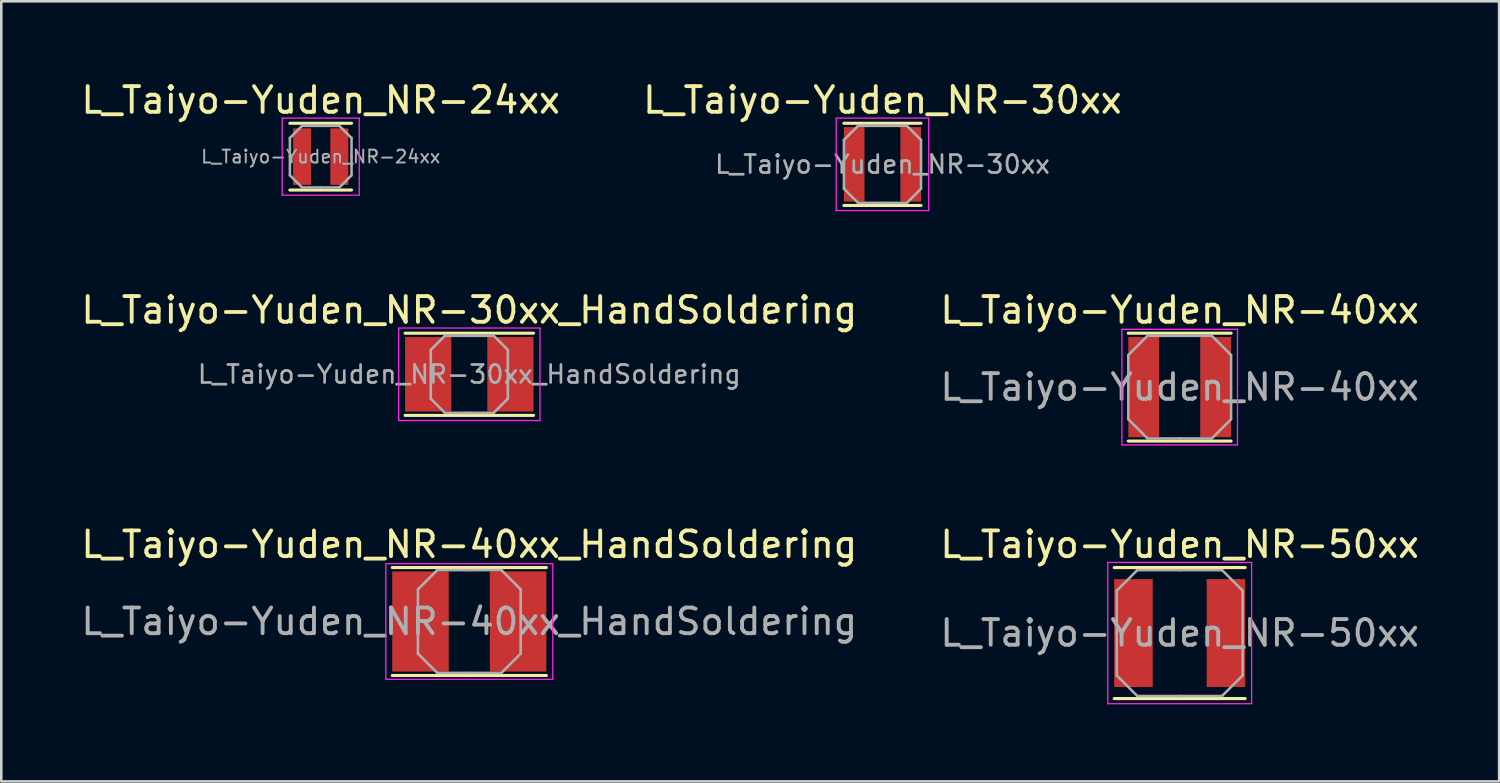
<source format=kicad_pcb>
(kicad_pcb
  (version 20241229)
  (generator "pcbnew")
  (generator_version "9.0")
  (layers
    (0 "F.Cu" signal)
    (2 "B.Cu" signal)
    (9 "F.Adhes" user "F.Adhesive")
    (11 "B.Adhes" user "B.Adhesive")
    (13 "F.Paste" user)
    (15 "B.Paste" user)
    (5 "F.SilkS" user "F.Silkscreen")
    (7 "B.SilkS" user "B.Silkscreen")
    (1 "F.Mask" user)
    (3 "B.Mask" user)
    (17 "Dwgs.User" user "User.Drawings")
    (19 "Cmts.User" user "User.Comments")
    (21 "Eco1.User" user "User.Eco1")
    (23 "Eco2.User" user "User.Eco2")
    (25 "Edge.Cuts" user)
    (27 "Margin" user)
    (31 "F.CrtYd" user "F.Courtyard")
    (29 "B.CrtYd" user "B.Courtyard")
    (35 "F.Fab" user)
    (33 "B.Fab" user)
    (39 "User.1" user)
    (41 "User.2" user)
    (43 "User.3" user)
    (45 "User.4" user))
  (footprint "L_Taiyo-Yuden_NR-50xx"
    (layer "F.Cu")
    (at 42.875 21.595)
    (property "Reference" "L_Taiyo-Yuden_NR-50xx" (at 0 -3.45 0) (layer "F.SilkS") (effects (font (size 1 1) (thickness 0.15))))
    (attr smd)
    (fp_line (start -2.55 -2.55) (end 2.55 -2.55) (stroke (width 0.12) (type solid)) (layer "F.SilkS"))
    (fp_line (start -2.55 2.55) (end 2.55 2.55) (stroke (width 0.12) (type solid)) (layer "F.SilkS"))
    (fp_line (start -2.8 -2.75) (end -2.8 2.75) (stroke (width 0.05) (type solid)) (layer "F.CrtYd"))
    (fp_line (start -2.8 2.75) (end 2.8 2.75) (stroke (width 0.05) (type solid)) (layer "F.CrtYd"))
    (fp_line (start 2.8 -2.75) (end -2.8 -2.75) (stroke (width 0.05) (type solid)) (layer "F.CrtYd"))
    (fp_line (start 2.8 2.75) (end 2.8 -2.75) (stroke (width 0.05) (type solid)) (layer "F.CrtYd"))
    (fp_line (start -2.45 -1.65) (end -1.65 -2.45) (stroke (width 0.1) (type solid)) (layer "F.Fab"))
    (fp_line (start -2.45 0) (end -2.45 -1.65) (stroke (width 0.1) (type solid)) (layer "F.Fab"))
    (fp_line (start -2.45 0) (end -2.45 1.65) (stroke (width 0.1) (type solid)) (layer "F.Fab"))
    (fp_line (start -2.45 1.65) (end -1.65 2.45) (stroke (width 0.1) (type solid)) (layer "F.Fab"))
    (fp_line (start -1.65 -2.45) (end 0 -2.45) (stroke (width 0.1) (type solid)) (layer "F.Fab"))
    (fp_line (start -1.65 2.45) (end 0 2.45) (stroke (width 0.1) (type solid)) (layer "F.Fab"))
    (fp_line (start 1.65 -2.45) (end 0 -2.45) (stroke (width 0.1) (type solid)) (layer "F.Fab"))
    (fp_line (start 1.65 2.45) (end 0 2.45) (stroke (width 0.1) (type solid)) (layer "F.Fab"))
    (fp_line (start 2.45 -1.65) (end 1.65 -2.45) (stroke (width 0.1) (type solid)) (layer "F.Fab"))
    (fp_line (start 2.45 0) (end 2.45 -1.65) (stroke (width 0.1) (type solid)) (layer "F.Fab"))
    (fp_line (start 2.45 0) (end 2.45 1.65) (stroke (width 0.1) (type solid)) (layer "F.Fab"))
    (fp_line (start 2.45 1.65) (end 1.65 2.45) (stroke (width 0.1) (type solid)) (layer "F.Fab"))
    (fp_text user "${REFERENCE}" (at 0 0 0) (layer "F.Fab") (effects (font (size 1 1) (thickness 0.15))))
    (pad "1" smd rect (at -1.8 0) (size 1.5 4.2) (layers "F.Cu" "F.Mask" "F.Paste"))
    (pad "2" smd rect (at 1.8 0) (size 1.5 4.2) (layers "F.Cu" "F.Mask" "F.Paste")))
  (footprint "L_Taiyo-Yuden_NR-24xx"
    (layer "F.Cu")
    (at 9.435 3.048)
    (property "Reference" "L_Taiyo-Yuden_NR-24xx" (at 0 -2.2 0) (layer "F.SilkS") (effects (font (size 1 1) (thickness 0.15))))
    (attr smd)
    (fp_line (start -1.2 -1.3) (end 1.2 -1.3) (stroke (width 0.12) (type solid)) (layer "F.SilkS"))
    (fp_line (start -1.2 1.3) (end 1.2 1.3) (stroke (width 0.12) (type solid)) (layer "F.SilkS"))
    (fp_line (start -1.5 -1.5) (end -1.5 1.5) (stroke (width 0.05) (type solid)) (layer "F.CrtYd"))
    (fp_line (start -1.5 1.5) (end 1.5 1.5) (stroke (width 0.05) (type solid)) (layer "F.CrtYd"))
    (fp_line (start 1.5 -1.5) (end -1.5 -1.5) (stroke (width 0.05) (type solid)) (layer "F.CrtYd"))
    (fp_line (start 1.5 1.5) (end 1.5 -1.5) (stroke (width 0.05) (type solid)) (layer "F.CrtYd"))
    (fp_line (start -1.2 -0.725) (end -0.725 -1.2) (stroke (width 0.1) (type solid)) (layer "F.Fab"))
    (fp_line (start -1.2 0) (end -1.2 -0.725) (stroke (width 0.1) (type solid)) (layer "F.Fab"))
    (fp_line (start -1.2 0) (end -1.2 0.725) (stroke (width 0.1) (type solid)) (layer "F.Fab"))
    (fp_line (start -1.2 0.725) (end -0.725 1.2) (stroke (width 0.1) (type solid)) (layer "F.Fab"))
    (fp_line (start -0.725 -1.2) (end 0 -1.2) (stroke (width 0.1) (type solid)) (layer "F.Fab"))
    (fp_line (start -0.725 1.2) (end 0 1.2) (stroke (width 0.1) (type solid)) (layer "F.Fab"))
    (fp_line (start 0.725 -1.2) (end 0 -1.2) (stroke (width 0.1) (type solid)) (layer "F.Fab"))
    (fp_line (start 0.725 1.2) (end 0 1.2) (stroke (width 0.1) (type solid)) (layer "F.Fab"))
    (fp_line (start 1.2 -0.725) (end 0.725 -1.2) (stroke (width 0.1) (type solid)) (layer "F.Fab"))
    (fp_line (start 1.2 0) (end 1.2 -0.725) (stroke (width 0.1) (type solid)) (layer "F.Fab"))
    (fp_line (start 1.2 0) (end 1.2 0.725) (stroke (width 0.1) (type solid)) (layer "F.Fab"))
    (fp_line (start 1.2 0.725) (end 0.725 1.2) (stroke (width 0.1) (type solid)) (layer "F.Fab"))
    (fp_text user "${REFERENCE}" (at 0 0 0) (layer "F.Fab") (effects (font (size 0.5 0.5) (thickness 0.075))))
    (pad "1" smd rect (at -0.725 0) (size 0.7 2.2) (layers "F.Cu" "F.Mask" "F.Paste"))
    (pad "2" smd rect (at 0.725 0) (size 0.7 2.2) (layers "F.Cu" "F.Mask" "F.Paste")))
  (footprint "L_Taiyo-Yuden_NR-30xx_HandSoldering"
    (layer "F.Cu")
    (at 15.22 11.521)
    (property "Reference" "L_Taiyo-Yuden_NR-30xx_HandSoldering" (at 0 -2.5 0) (layer "F.SilkS") (effects (font (size 1 1) (thickness 0.15))))
    (attr smd)
    (fp_line (start -2.5 -1.6) (end 2.5 -1.6) (stroke (width 0.12) (type solid)) (layer "F.SilkS"))
    (fp_line (start -2.5 1.6) (end 2.5 1.6) (stroke (width 0.12) (type solid)) (layer "F.SilkS"))
    (fp_line (start -2.75 -1.8) (end -2.75 1.8) (stroke (width 0.05) (type solid)) (layer "F.CrtYd"))
    (fp_line (start -2.75 1.8) (end 2.75 1.8) (stroke (width 0.05) (type solid)) (layer "F.CrtYd"))
    (fp_line (start 2.75 -1.8) (end -2.75 -1.8) (stroke (width 0.05) (type solid)) (layer "F.CrtYd"))
    (fp_line (start 2.75 1.8) (end 2.75 -1.8) (stroke (width 0.05) (type solid)) (layer "F.CrtYd"))
    (fp_line (start -1.5 -0.95) (end -0.95 -1.5) (stroke (width 0.1) (type solid)) (layer "F.Fab"))
    (fp_line (start -1.5 0) (end -1.5 -0.95) (stroke (width 0.1) (type solid)) (layer "F.Fab"))
    (fp_line (start -1.5 0) (end -1.5 0.95) (stroke (width 0.1) (type solid)) (layer "F.Fab"))
    (fp_line (start -1.5 0.95) (end -0.95 1.5) (stroke (width 0.1) (type solid)) (layer "F.Fab"))
    (fp_line (start -0.95 -1.5) (end 0 -1.5) (stroke (width 0.1) (type solid)) (layer "F.Fab"))
    (fp_line (start -0.95 1.5) (end 0 1.5) (stroke (width 0.1) (type solid)) (layer "F.Fab"))
    (fp_line (start 0.95 -1.5) (end 0 -1.5) (stroke (width 0.1) (type solid)) (layer "F.Fab"))
    (fp_line (start 0.95 1.5) (end 0 1.5) (stroke (width 0.1) (type solid)) (layer "F.Fab"))
    (fp_line (start 1.5 -0.95) (end 0.95 -1.5) (stroke (width 0.1) (type solid)) (layer "F.Fab"))
    (fp_line (start 1.5 0) (end 1.5 -0.95) (stroke (width 0.1) (type solid)) (layer "F.Fab"))
    (fp_line (start 1.5 0) (end 1.5 0.95) (stroke (width 0.1) (type solid)) (layer "F.Fab"))
    (fp_line (start 1.5 0.95) (end 0.95 1.5) (stroke (width 0.1) (type solid)) (layer "F.Fab"))
    (fp_text user "${REFERENCE}" (at 0 0 0) (layer "F.Fab") (effects (font (size 0.7 0.7) (thickness 0.105))))
    (pad "1" smd rect (at -1.6 0) (size 1.8 2.9) (layers "F.Cu" "F.Mask" "F.Paste"))
    (pad "2" smd rect (at 1.6 0) (size 1.8 2.9) (layers "F.Cu" "F.Mask" "F.Paste")))
  (footprint "L_Taiyo-Yuden_NR-40xx_HandSoldering"
    (layer "F.Cu")
    (at 15.22 21.145)
    (property "Reference" "L_Taiyo-Yuden_NR-40xx_HandSoldering" (at 0 -3 0) (layer "F.SilkS") (effects (font (size 1 1) (thickness 0.15))))
    (attr smd)
    (fp_line (start -3 -2.1) (end 3 -2.1) (stroke (width 0.12) (type solid)) (layer "F.SilkS"))
    (fp_line (start -3 2.1) (end 3 2.1) (stroke (width 0.12) (type solid)) (layer "F.SilkS"))
    (fp_line (start -3.25 -2.25) (end -3.25 2.25) (stroke (width 0.05) (type solid)) (layer "F.CrtYd"))
    (fp_line (start -3.25 2.25) (end 3.25 2.25) (stroke (width 0.05) (type solid)) (layer "F.CrtYd"))
    (fp_line (start 3.25 -2.25) (end -3.25 -2.25) (stroke (width 0.05) (type solid)) (layer "F.CrtYd"))
    (fp_line (start 3.25 2.25) (end 3.25 -2.25) (stroke (width 0.05) (type solid)) (layer "F.CrtYd"))
    (fp_line (start -2 -1.25) (end -1.25 -2) (stroke (width 0.1) (type solid)) (layer "F.Fab"))
    (fp_line (start -2 0) (end -2 -1.25) (stroke (width 0.1) (type solid)) (layer "F.Fab"))
    (fp_line (start -2 0) (end -2 1.25) (stroke (width 0.1) (type solid)) (layer "F.Fab"))
    (fp_line (start -2 1.25) (end -1.25 2) (stroke (width 0.1) (type solid)) (layer "F.Fab"))
    (fp_line (start -1.25 -2) (end 0 -2) (stroke (width 0.1) (type solid)) (layer "F.Fab"))
    (fp_line (start -1.25 2) (end 0 2) (stroke (width 0.1) (type solid)) (layer "F.Fab"))
    (fp_line (start 1.25 -2) (end 0 -2) (stroke (width 0.1) (type solid)) (layer "F.Fab"))
    (fp_line (start 1.25 2) (end 0 2) (stroke (width 0.1) (type solid)) (layer "F.Fab"))
    (fp_line (start 2 -1.25) (end 1.25 -2) (stroke (width 0.1) (type solid)) (layer "F.Fab"))
    (fp_line (start 2 0) (end 2 -1.25) (stroke (width 0.1) (type solid)) (layer "F.Fab"))
    (fp_line (start 2 0) (end 2 1.25) (stroke (width 0.1) (type solid)) (layer "F.Fab"))
    (fp_line (start 2 1.25) (end 1.25 2) (stroke (width 0.1) (type solid)) (layer "F.Fab"))
    (fp_text user "${REFERENCE}" (at 0 0 0) (layer "F.Fab") (effects (font (size 1 1) (thickness 0.15))))
    (pad "1" smd rect (at -1.9 0) (size 2.2 3.9) (layers "F.Cu" "F.Mask" "F.Paste"))
    (pad "2" smd rect (at 1.9 0) (size 2.2 3.9) (layers "F.Cu" "F.Mask" "F.Paste")))
  (footprint "L_Taiyo-Yuden_NR-40xx"
    (layer "F.Cu")
    (at 42.875 12.021)
    (property "Reference" "L_Taiyo-Yuden_NR-40xx" (at 0 -3 0) (layer "F.SilkS") (effects (font (size 1 1) (thickness 0.15))))
    (attr smd)
    (fp_line (start -2 -2.1) (end 2 -2.1) (stroke (width 0.12) (type solid)) (layer "F.SilkS"))
    (fp_line (start -2 2.1) (end 2 2.1) (stroke (width 0.12) (type solid)) (layer "F.SilkS"))
    (fp_line (start -2.25 -2.25) (end -2.25 2.25) (stroke (width 0.05) (type solid)) (layer "F.CrtYd"))
    (fp_line (start -2.25 2.25) (end 2.25 2.25) (stroke (width 0.05) (type solid)) (layer "F.CrtYd"))
    (fp_line (start 2.25 -2.25) (end -2.25 -2.25) (stroke (width 0.05) (type solid)) (layer "F.CrtYd"))
    (fp_line (start 2.25 2.25) (end 2.25 -2.25) (stroke (width 0.05) (type solid)) (layer "F.CrtYd"))
    (fp_line (start -2 -1.25) (end -1.25 -2) (stroke (width 0.1) (type solid)) (layer "F.Fab"))
    (fp_line (start -2 0) (end -2 -1.25) (stroke (width 0.1) (type solid)) (layer "F.Fab"))
    (fp_line (start -2 0) (end -2 1.25) (stroke (width 0.1) (type solid)) (layer "F.Fab"))
    (fp_line (start -2 1.25) (end -1.25 2) (stroke (width 0.1) (type solid)) (layer "F.Fab"))
    (fp_line (start -1.25 -2) (end 0 -2) (stroke (width 0.1) (type solid)) (layer "F.Fab"))
    (fp_line (start -1.25 2) (end 0 2) (stroke (width 0.1) (type solid)) (layer "F.Fab"))
    (fp_line (start 1.25 -2) (end 0 -2) (stroke (width 0.1) (type solid)) (layer "F.Fab"))
    (fp_line (start 1.25 2) (end 0 2) (stroke (width 0.1) (type solid)) (layer "F.Fab"))
    (fp_line (start 2 -1.25) (end 1.25 -2) (stroke (width 0.1) (type solid)) (layer "F.Fab"))
    (fp_line (start 2 0) (end 2 -1.25) (stroke (width 0.1) (type solid)) (layer "F.Fab"))
    (fp_line (start 2 0) (end 2 1.25) (stroke (width 0.1) (type solid)) (layer "F.Fab"))
    (fp_line (start 2 1.25) (end 1.25 2) (stroke (width 0.1) (type solid)) (layer "F.Fab"))
    (fp_text user "${REFERENCE}" (at 0 0 0) (layer "F.Fab") (effects (font (size 1 1) (thickness 0.15))))
    (pad "1" smd rect (at -1.4 0) (size 1.2 3.9) (layers "F.Cu" "F.Mask" "F.Paste"))
    (pad "2" smd rect (at 1.4 0) (size 1.2 3.9) (layers "F.Cu" "F.Mask" "F.Paste")))
  (footprint "L_Taiyo-Yuden_NR-30xx"
    (layer "F.Cu")
    (at 31.304 3.348)
    (property "Reference" "L_Taiyo-Yuden_NR-30xx" (at 0 -2.5 0) (layer "F.SilkS") (effects (font (size 1 1) (thickness 0.15))))
    (attr smd)
    (fp_line (start -1.5 -1.6) (end 1.5 -1.6) (stroke (width 0.12) (type solid)) (layer "F.SilkS"))
    (fp_line (start -1.5 1.6) (end 1.5 1.6) (stroke (width 0.12) (type solid)) (layer "F.SilkS"))
    (fp_line (start -1.8 -1.8) (end -1.8 1.8) (stroke (width 0.05) (type solid)) (layer "F.CrtYd"))
    (fp_line (start -1.8 1.8) (end 1.8 1.8) (stroke (width 0.05) (type solid)) (layer "F.CrtYd"))
    (fp_line (start 1.8 -1.8) (end -1.8 -1.8) (stroke (width 0.05) (type solid)) (layer "F.CrtYd"))
    (fp_line (start 1.8 1.8) (end 1.8 -1.8) (stroke (width 0.05) (type solid)) (layer "F.CrtYd"))
    (fp_line (start -1.5 -0.95) (end -0.95 -1.5) (stroke (width 0.1) (type solid)) (layer "F.Fab"))
    (fp_line (start -1.5 0) (end -1.5 -0.95) (stroke (width 0.1) (type solid)) (layer "F.Fab"))
    (fp_line (start -1.5 0) (end -1.5 0.95) (stroke (width 0.1) (type solid)) (layer "F.Fab"))
    (fp_line (start -1.5 0.95) (end -0.95 1.5) (stroke (width 0.1) (type solid)) (layer "F.Fab"))
    (fp_line (start -0.95 -1.5) (end 0 -1.5) (stroke (width 0.1) (type solid)) (layer "F.Fab"))
    (fp_line (start -0.95 1.5) (end 0 1.5) (stroke (width 0.1) (type solid)) (layer "F.Fab"))
    (fp_line (start 0.95 -1.5) (end 0 -1.5) (stroke (width 0.1) (type solid)) (layer "F.Fab"))
    (fp_line (start 0.95 1.5) (end 0 1.5) (stroke (width 0.1) (type solid)) (layer "F.Fab"))
    (fp_line (start 1.5 -0.95) (end 0.95 -1.5) (stroke (width 0.1) (type solid)) (layer "F.Fab"))
    (fp_line (start 1.5 0) (end 1.5 -0.95) (stroke (width 0.1) (type solid)) (layer "F.Fab"))
    (fp_line (start 1.5 0) (end 1.5 0.95) (stroke (width 0.1) (type solid)) (layer "F.Fab"))
    (fp_line (start 1.5 0.95) (end 0.95 1.5) (stroke (width 0.1) (type solid)) (layer "F.Fab"))
    (fp_text user "${REFERENCE}" (at 0 0 0) (layer "F.Fab") (effects (font (size 0.7 0.7) (thickness 0.105))))
    (pad "1" smd rect (at -1.1 0) (size 0.8 2.9) (layers "F.Cu" "F.Mask" "F.Paste"))
    (pad "2" smd rect (at 1.1 0) (size 0.8 2.9) (layers "F.Cu" "F.Mask" "F.Paste")))
  (gr_rect
    (start -3 -3)
    (end 55.31 27.37)
    (stroke (width 0.1) (type default))
    (fill no)
    (layer "Edge.Cuts")))
</source>
